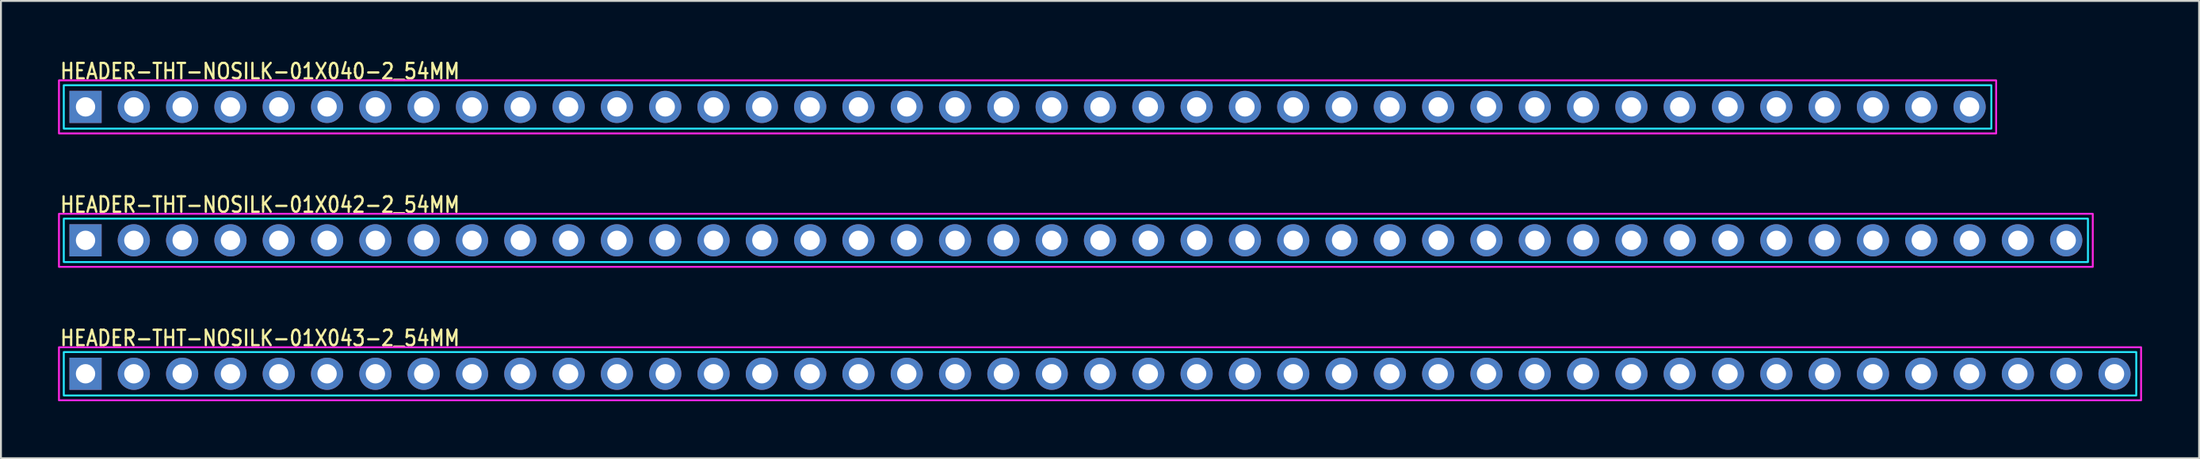
<source format=kicad_pcb>
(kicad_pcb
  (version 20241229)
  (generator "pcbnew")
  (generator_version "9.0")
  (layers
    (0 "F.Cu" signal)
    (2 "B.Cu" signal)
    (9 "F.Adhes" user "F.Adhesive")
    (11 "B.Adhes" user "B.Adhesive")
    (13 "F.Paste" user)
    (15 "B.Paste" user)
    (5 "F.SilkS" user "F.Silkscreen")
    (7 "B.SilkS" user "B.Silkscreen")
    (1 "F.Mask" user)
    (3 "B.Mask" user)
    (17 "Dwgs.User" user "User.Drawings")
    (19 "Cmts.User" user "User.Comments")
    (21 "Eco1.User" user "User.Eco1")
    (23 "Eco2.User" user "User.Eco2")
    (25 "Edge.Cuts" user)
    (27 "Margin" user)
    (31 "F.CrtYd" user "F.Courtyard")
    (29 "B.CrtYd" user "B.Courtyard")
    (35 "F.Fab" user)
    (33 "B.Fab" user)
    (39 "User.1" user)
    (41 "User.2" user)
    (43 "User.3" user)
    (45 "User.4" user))
  (footprint "HEADER-THT-NOSILK-01X042-2_54MM"
    (layer "F.Cu")
    (at 1.447 9.604)
    (property "Reference" "HEADER-THT-NOSILK-01X042-2_54MM" (at -1.4 -1.4 0) (unlocked yes) (layer "F.SilkS") (effects (font (size 0.813 0.695) (thickness 0.122)) (justify left bottom)))
    (fp_poly (pts (xy -1.143 -1.143) (xy 105.283 -1.143) (xy 105.283 1.143) (xy -1.143 1.143)) (stroke (width 0.1) (type solid)) (fill no) (layer "B.CrtYd"))
    (fp_poly (pts (xy -1.397 -1.397) (xy 105.537 -1.397) (xy 105.537 1.397) (xy -1.397 1.397)) (stroke (width 0.1) (type solid)) (fill no) (layer "F.CrtYd"))
    (pad "P$1" thru_hole rect (at 0 0) (size 1.693 1.693) (drill 1.016) (layers "*.Cu" "*.Mask"))
    (pad "P$2" thru_hole oval (at 2.54 0) (size 1.693 1.693) (drill 1.016) (layers "*.Cu" "*.Mask"))
    (pad "P$3" thru_hole oval (at 5.08 0) (size 1.693 1.693) (drill 1.016) (layers "*.Cu" "*.Mask"))
    (pad "P$4" thru_hole oval (at 7.62 0) (size 1.693 1.693) (drill 1.016) (layers "*.Cu" "*.Mask"))
    (pad "P$5" thru_hole oval (at 10.16 0) (size 1.693 1.693) (drill 1.016) (layers "*.Cu" "*.Mask"))
    (pad "P$6" thru_hole oval (at 12.7 0) (size 1.693 1.693) (drill 1.016) (layers "*.Cu" "*.Mask"))
    (pad "P$7" thru_hole oval (at 15.24 0) (size 1.693 1.693) (drill 1.016) (layers "*.Cu" "*.Mask"))
    (pad "P$8" thru_hole oval (at 17.78 0) (size 1.693 1.693) (drill 1.016) (layers "*.Cu" "*.Mask"))
    (pad "P$9" thru_hole oval (at 20.32 0) (size 1.693 1.693) (drill 1.016) (layers "*.Cu" "*.Mask"))
    (pad "P$10" thru_hole oval (at 22.86 0) (size 1.693 1.693) (drill 1.016) (layers "*.Cu" "*.Mask"))
    (pad "P$11" thru_hole oval (at 25.4 0) (size 1.693 1.693) (drill 1.016) (layers "*.Cu" "*.Mask"))
    (pad "P$12" thru_hole oval (at 27.94 0) (size 1.693 1.693) (drill 1.016) (layers "*.Cu" "*.Mask"))
    (pad "P$13" thru_hole oval (at 30.48 0) (size 1.693 1.693) (drill 1.016) (layers "*.Cu" "*.Mask"))
    (pad "P$14" thru_hole oval (at 33.02 0) (size 1.693 1.693) (drill 1.016) (layers "*.Cu" "*.Mask"))
    (pad "P$15" thru_hole oval (at 35.56 0) (size 1.693 1.693) (drill 1.016) (layers "*.Cu" "*.Mask"))
    (pad "P$16" thru_hole oval (at 38.1 0) (size 1.693 1.693) (drill 1.016) (layers "*.Cu" "*.Mask"))
    (pad "P$17" thru_hole oval (at 40.64 0) (size 1.693 1.693) (drill 1.016) (layers "*.Cu" "*.Mask"))
    (pad "P$18" thru_hole oval (at 43.18 0) (size 1.693 1.693) (drill 1.016) (layers "*.Cu" "*.Mask"))
    (pad "P$19" thru_hole oval (at 45.72 0) (size 1.693 1.693) (drill 1.016) (layers "*.Cu" "*.Mask"))
    (pad "P$20" thru_hole oval (at 48.26 0) (size 1.693 1.693) (drill 1.016) (layers "*.Cu" "*.Mask"))
    (pad "P$21" thru_hole oval (at 50.8 0) (size 1.693 1.693) (drill 1.016) (layers "*.Cu" "*.Mask"))
    (pad "P$22" thru_hole oval (at 53.34 0) (size 1.693 1.693) (drill 1.016) (layers "*.Cu" "*.Mask"))
    (pad "P$23" thru_hole oval (at 55.88 0) (size 1.693 1.693) (drill 1.016) (layers "*.Cu" "*.Mask"))
    (pad "P$24" thru_hole oval (at 58.42 0) (size 1.693 1.693) (drill 1.016) (layers "*.Cu" "*.Mask"))
    (pad "P$25" thru_hole oval (at 60.96 0) (size 1.693 1.693) (drill 1.016) (layers "*.Cu" "*.Mask"))
    (pad "P$26" thru_hole oval (at 63.5 0) (size 1.693 1.693) (drill 1.016) (layers "*.Cu" "*.Mask"))
    (pad "P$27" thru_hole oval (at 66.04 0) (size 1.693 1.693) (drill 1.016) (layers "*.Cu" "*.Mask"))
    (pad "P$28" thru_hole oval (at 68.58 0) (size 1.693 1.693) (drill 1.016) (layers "*.Cu" "*.Mask"))
    (pad "P$29" thru_hole oval (at 71.12 0) (size 1.693 1.693) (drill 1.016) (layers "*.Cu" "*.Mask"))
    (pad "P$30" thru_hole oval (at 73.66 0) (size 1.693 1.693) (drill 1.016) (layers "*.Cu" "*.Mask"))
    (pad "P$31" thru_hole oval (at 76.2 0) (size 1.693 1.693) (drill 1.016) (layers "*.Cu" "*.Mask"))
    (pad "P$32" thru_hole oval (at 78.74 0) (size 1.693 1.693) (drill 1.016) (layers "*.Cu" "*.Mask"))
    (pad "P$33" thru_hole oval (at 81.28 0) (size 1.693 1.693) (drill 1.016) (layers "*.Cu" "*.Mask"))
    (pad "P$34" thru_hole oval (at 83.82 0) (size 1.693 1.693) (drill 1.016) (layers "*.Cu" "*.Mask"))
    (pad "P$35" thru_hole oval (at 86.36 0) (size 1.693 1.693) (drill 1.016) (layers "*.Cu" "*.Mask"))
    (pad "P$36" thru_hole oval (at 88.9 0) (size 1.693 1.693) (drill 1.016) (layers "*.Cu" "*.Mask"))
    (pad "P$37" thru_hole oval (at 91.44 0) (size 1.693 1.693) (drill 1.016) (layers "*.Cu" "*.Mask"))
    (pad "P$38" thru_hole oval (at 93.98 0) (size 1.693 1.693) (drill 1.016) (layers "*.Cu" "*.Mask"))
    (pad "P$39" thru_hole oval (at 96.52 0) (size 1.693 1.693) (drill 1.016) (layers "*.Cu" "*.Mask"))
    (pad "P$40" thru_hole oval (at 99.06 0) (size 1.693 1.693) (drill 1.016) (layers "*.Cu" "*.Mask"))
    (pad "P$41" thru_hole oval (at 101.6 0) (size 1.693 1.693) (drill 1.016) (layers "*.Cu" "*.Mask"))
    (pad "P$42" thru_hole oval (at 104.14 0) (size 1.693 1.693) (drill 1.016) (layers "*.Cu" "*.Mask")))
  (footprint "HEADER-THT-NOSILK-01X043-2_54MM"
    (layer "F.Cu")
    (at 1.447 16.63)
    (property "Reference" "HEADER-THT-NOSILK-01X043-2_54MM" (at -1.4 -1.4 0) (unlocked yes) (layer "F.SilkS") (effects (font (size 0.813 0.695) (thickness 0.122)) (justify left bottom)))
    (fp_poly (pts (xy -1.143 -1.143) (xy 107.823 -1.143) (xy 107.823 1.143) (xy -1.143 1.143)) (stroke (width 0.1) (type solid)) (fill no) (layer "B.CrtYd"))
    (fp_poly (pts (xy -1.397 -1.397) (xy 108.077 -1.397) (xy 108.077 1.397) (xy -1.397 1.397)) (stroke (width 0.1) (type solid)) (fill no) (layer "F.CrtYd"))
    (pad "P$1" thru_hole rect (at 0 0) (size 1.693 1.693) (drill 1.016) (layers "*.Cu" "*.Mask"))
    (pad "P$2" thru_hole oval (at 2.54 0) (size 1.693 1.693) (drill 1.016) (layers "*.Cu" "*.Mask"))
    (pad "P$3" thru_hole oval (at 5.08 0) (size 1.693 1.693) (drill 1.016) (layers "*.Cu" "*.Mask"))
    (pad "P$4" thru_hole oval (at 7.62 0) (size 1.693 1.693) (drill 1.016) (layers "*.Cu" "*.Mask"))
    (pad "P$5" thru_hole oval (at 10.16 0) (size 1.693 1.693) (drill 1.016) (layers "*.Cu" "*.Mask"))
    (pad "P$6" thru_hole oval (at 12.7 0) (size 1.693 1.693) (drill 1.016) (layers "*.Cu" "*.Mask"))
    (pad "P$7" thru_hole oval (at 15.24 0) (size 1.693 1.693) (drill 1.016) (layers "*.Cu" "*.Mask"))
    (pad "P$8" thru_hole oval (at 17.78 0) (size 1.693 1.693) (drill 1.016) (layers "*.Cu" "*.Mask"))
    (pad "P$9" thru_hole oval (at 20.32 0) (size 1.693 1.693) (drill 1.016) (layers "*.Cu" "*.Mask"))
    (pad "P$10" thru_hole oval (at 22.86 0) (size 1.693 1.693) (drill 1.016) (layers "*.Cu" "*.Mask"))
    (pad "P$11" thru_hole oval (at 25.4 0) (size 1.693 1.693) (drill 1.016) (layers "*.Cu" "*.Mask"))
    (pad "P$12" thru_hole oval (at 27.94 0) (size 1.693 1.693) (drill 1.016) (layers "*.Cu" "*.Mask"))
    (pad "P$13" thru_hole oval (at 30.48 0) (size 1.693 1.693) (drill 1.016) (layers "*.Cu" "*.Mask"))
    (pad "P$14" thru_hole oval (at 33.02 0) (size 1.693 1.693) (drill 1.016) (layers "*.Cu" "*.Mask"))
    (pad "P$15" thru_hole oval (at 35.56 0) (size 1.693 1.693) (drill 1.016) (layers "*.Cu" "*.Mask"))
    (pad "P$16" thru_hole oval (at 38.1 0) (size 1.693 1.693) (drill 1.016) (layers "*.Cu" "*.Mask"))
    (pad "P$17" thru_hole oval (at 40.64 0) (size 1.693 1.693) (drill 1.016) (layers "*.Cu" "*.Mask"))
    (pad "P$18" thru_hole oval (at 43.18 0) (size 1.693 1.693) (drill 1.016) (layers "*.Cu" "*.Mask"))
    (pad "P$19" thru_hole oval (at 45.72 0) (size 1.693 1.693) (drill 1.016) (layers "*.Cu" "*.Mask"))
    (pad "P$20" thru_hole oval (at 48.26 0) (size 1.693 1.693) (drill 1.016) (layers "*.Cu" "*.Mask"))
    (pad "P$21" thru_hole oval (at 50.8 0) (size 1.693 1.693) (drill 1.016) (layers "*.Cu" "*.Mask"))
    (pad "P$22" thru_hole oval (at 53.34 0) (size 1.693 1.693) (drill 1.016) (layers "*.Cu" "*.Mask"))
    (pad "P$23" thru_hole oval (at 55.88 0) (size 1.693 1.693) (drill 1.016) (layers "*.Cu" "*.Mask"))
    (pad "P$24" thru_hole oval (at 58.42 0) (size 1.693 1.693) (drill 1.016) (layers "*.Cu" "*.Mask"))
    (pad "P$25" thru_hole oval (at 60.96 0) (size 1.693 1.693) (drill 1.016) (layers "*.Cu" "*.Mask"))
    (pad "P$26" thru_hole oval (at 63.5 0) (size 1.693 1.693) (drill 1.016) (layers "*.Cu" "*.Mask"))
    (pad "P$27" thru_hole oval (at 66.04 0) (size 1.693 1.693) (drill 1.016) (layers "*.Cu" "*.Mask"))
    (pad "P$28" thru_hole oval (at 68.58 0) (size 1.693 1.693) (drill 1.016) (layers "*.Cu" "*.Mask"))
    (pad "P$29" thru_hole oval (at 71.12 0) (size 1.693 1.693) (drill 1.016) (layers "*.Cu" "*.Mask"))
    (pad "P$30" thru_hole oval (at 73.66 0) (size 1.693 1.693) (drill 1.016) (layers "*.Cu" "*.Mask"))
    (pad "P$31" thru_hole oval (at 76.2 0) (size 1.693 1.693) (drill 1.016) (layers "*.Cu" "*.Mask"))
    (pad "P$32" thru_hole oval (at 78.74 0) (size 1.693 1.693) (drill 1.016) (layers "*.Cu" "*.Mask"))
    (pad "P$33" thru_hole oval (at 81.28 0) (size 1.693 1.693) (drill 1.016) (layers "*.Cu" "*.Mask"))
    (pad "P$34" thru_hole oval (at 83.82 0) (size 1.693 1.693) (drill 1.016) (layers "*.Cu" "*.Mask"))
    (pad "P$35" thru_hole oval (at 86.36 0) (size 1.693 1.693) (drill 1.016) (layers "*.Cu" "*.Mask"))
    (pad "P$36" thru_hole oval (at 88.9 0) (size 1.693 1.693) (drill 1.016) (layers "*.Cu" "*.Mask"))
    (pad "P$37" thru_hole oval (at 91.44 0) (size 1.693 1.693) (drill 1.016) (layers "*.Cu" "*.Mask"))
    (pad "P$38" thru_hole oval (at 93.98 0) (size 1.693 1.693) (drill 1.016) (layers "*.Cu" "*.Mask"))
    (pad "P$39" thru_hole oval (at 96.52 0) (size 1.693 1.693) (drill 1.016) (layers "*.Cu" "*.Mask"))
    (pad "P$40" thru_hole oval (at 99.06 0) (size 1.693 1.693) (drill 1.016) (layers "*.Cu" "*.Mask"))
    (pad "P$41" thru_hole oval (at 101.6 0) (size 1.693 1.693) (drill 1.016) (layers "*.Cu" "*.Mask"))
    (pad "P$42" thru_hole oval (at 104.14 0) (size 1.693 1.693) (drill 1.016) (layers "*.Cu" "*.Mask"))
    (pad "P$43" thru_hole oval (at 106.68 0) (size 1.693 1.693) (drill 1.016) (layers "*.Cu" "*.Mask")))
  (footprint "HEADER-THT-NOSILK-01X040-2_54MM"
    (layer "F.Cu")
    (at 1.447 2.579)
    (property "Reference" "HEADER-THT-NOSILK-01X040-2_54MM" (at -1.4 -1.4 0) (unlocked yes) (layer "F.SilkS") (effects (font (size 0.813 0.695) (thickness 0.122)) (justify left bottom)))
    (fp_poly (pts (xy -1.143 -1.143) (xy 100.203 -1.143) (xy 100.203 1.143) (xy -1.143 1.143)) (stroke (width 0.1) (type solid)) (fill no) (layer "B.CrtYd"))
    (fp_poly (pts (xy -1.397 -1.397) (xy 100.457 -1.397) (xy 100.457 1.397) (xy -1.397 1.397)) (stroke (width 0.1) (type solid)) (fill no) (layer "F.CrtYd"))
    (pad "P$1" thru_hole rect (at 0 0) (size 1.693 1.693) (drill 1.016) (layers "*.Cu" "*.Mask"))
    (pad "P$2" thru_hole oval (at 2.54 0) (size 1.693 1.693) (drill 1.016) (layers "*.Cu" "*.Mask"))
    (pad "P$3" thru_hole oval (at 5.08 0) (size 1.693 1.693) (drill 1.016) (layers "*.Cu" "*.Mask"))
    (pad "P$4" thru_hole oval (at 7.62 0) (size 1.693 1.693) (drill 1.016) (layers "*.Cu" "*.Mask"))
    (pad "P$5" thru_hole oval (at 10.16 0) (size 1.693 1.693) (drill 1.016) (layers "*.Cu" "*.Mask"))
    (pad "P$6" thru_hole oval (at 12.7 0) (size 1.693 1.693) (drill 1.016) (layers "*.Cu" "*.Mask"))
    (pad "P$7" thru_hole oval (at 15.24 0) (size 1.693 1.693) (drill 1.016) (layers "*.Cu" "*.Mask"))
    (pad "P$8" thru_hole oval (at 17.78 0) (size 1.693 1.693) (drill 1.016) (layers "*.Cu" "*.Mask"))
    (pad "P$9" thru_hole oval (at 20.32 0) (size 1.693 1.693) (drill 1.016) (layers "*.Cu" "*.Mask"))
    (pad "P$10" thru_hole oval (at 22.86 0) (size 1.693 1.693) (drill 1.016) (layers "*.Cu" "*.Mask"))
    (pad "P$11" thru_hole oval (at 25.4 0) (size 1.693 1.693) (drill 1.016) (layers "*.Cu" "*.Mask"))
    (pad "P$12" thru_hole oval (at 27.94 0) (size 1.693 1.693) (drill 1.016) (layers "*.Cu" "*.Mask"))
    (pad "P$13" thru_hole oval (at 30.48 0) (size 1.693 1.693) (drill 1.016) (layers "*.Cu" "*.Mask"))
    (pad "P$14" thru_hole oval (at 33.02 0) (size 1.693 1.693) (drill 1.016) (layers "*.Cu" "*.Mask"))
    (pad "P$15" thru_hole oval (at 35.56 0) (size 1.693 1.693) (drill 1.016) (layers "*.Cu" "*.Mask"))
    (pad "P$16" thru_hole oval (at 38.1 0) (size 1.693 1.693) (drill 1.016) (layers "*.Cu" "*.Mask"))
    (pad "P$17" thru_hole oval (at 40.64 0) (size 1.693 1.693) (drill 1.016) (layers "*.Cu" "*.Mask"))
    (pad "P$18" thru_hole oval (at 43.18 0) (size 1.693 1.693) (drill 1.016) (layers "*.Cu" "*.Mask"))
    (pad "P$19" thru_hole oval (at 45.72 0) (size 1.693 1.693) (drill 1.016) (layers "*.Cu" "*.Mask"))
    (pad "P$20" thru_hole oval (at 48.26 0) (size 1.693 1.693) (drill 1.016) (layers "*.Cu" "*.Mask"))
    (pad "P$21" thru_hole oval (at 50.8 0) (size 1.693 1.693) (drill 1.016) (layers "*.Cu" "*.Mask"))
    (pad "P$22" thru_hole oval (at 53.34 0) (size 1.693 1.693) (drill 1.016) (layers "*.Cu" "*.Mask"))
    (pad "P$23" thru_hole oval (at 55.88 0) (size 1.693 1.693) (drill 1.016) (layers "*.Cu" "*.Mask"))
    (pad "P$24" thru_hole oval (at 58.42 0) (size 1.693 1.693) (drill 1.016) (layers "*.Cu" "*.Mask"))
    (pad "P$25" thru_hole oval (at 60.96 0) (size 1.693 1.693) (drill 1.016) (layers "*.Cu" "*.Mask"))
    (pad "P$26" thru_hole oval (at 63.5 0) (size 1.693 1.693) (drill 1.016) (layers "*.Cu" "*.Mask"))
    (pad "P$27" thru_hole oval (at 66.04 0) (size 1.693 1.693) (drill 1.016) (layers "*.Cu" "*.Mask"))
    (pad "P$28" thru_hole oval (at 68.58 0) (size 1.693 1.693) (drill 1.016) (layers "*.Cu" "*.Mask"))
    (pad "P$29" thru_hole oval (at 71.12 0) (size 1.693 1.693) (drill 1.016) (layers "*.Cu" "*.Mask"))
    (pad "P$30" thru_hole oval (at 73.66 0) (size 1.693 1.693) (drill 1.016) (layers "*.Cu" "*.Mask"))
    (pad "P$31" thru_hole oval (at 76.2 0) (size 1.693 1.693) (drill 1.016) (layers "*.Cu" "*.Mask"))
    (pad "P$32" thru_hole oval (at 78.74 0) (size 1.693 1.693) (drill 1.016) (layers "*.Cu" "*.Mask"))
    (pad "P$33" thru_hole oval (at 81.28 0) (size 1.693 1.693) (drill 1.016) (layers "*.Cu" "*.Mask"))
    (pad "P$34" thru_hole oval (at 83.82 0) (size 1.693 1.693) (drill 1.016) (layers "*.Cu" "*.Mask"))
    (pad "P$35" thru_hole oval (at 86.36 0) (size 1.693 1.693) (drill 1.016) (layers "*.Cu" "*.Mask"))
    (pad "P$36" thru_hole oval (at 88.9 0) (size 1.693 1.693) (drill 1.016) (layers "*.Cu" "*.Mask"))
    (pad "P$37" thru_hole oval (at 91.44 0) (size 1.693 1.693) (drill 1.016) (layers "*.Cu" "*.Mask"))
    (pad "P$38" thru_hole oval (at 93.98 0) (size 1.693 1.693) (drill 1.016) (layers "*.Cu" "*.Mask"))
    (pad "P$39" thru_hole oval (at 96.52 0) (size 1.693 1.693) (drill 1.016) (layers "*.Cu" "*.Mask"))
    (pad "P$40" thru_hole oval (at 99.06 0) (size 1.693 1.693) (drill 1.016) (layers "*.Cu" "*.Mask")))
  (gr_rect
    (start -3 -3)
    (end 112.574 21.077)
    (stroke (width 0.1) (type default))
    (fill no)
    (layer "Edge.Cuts")))
</source>
